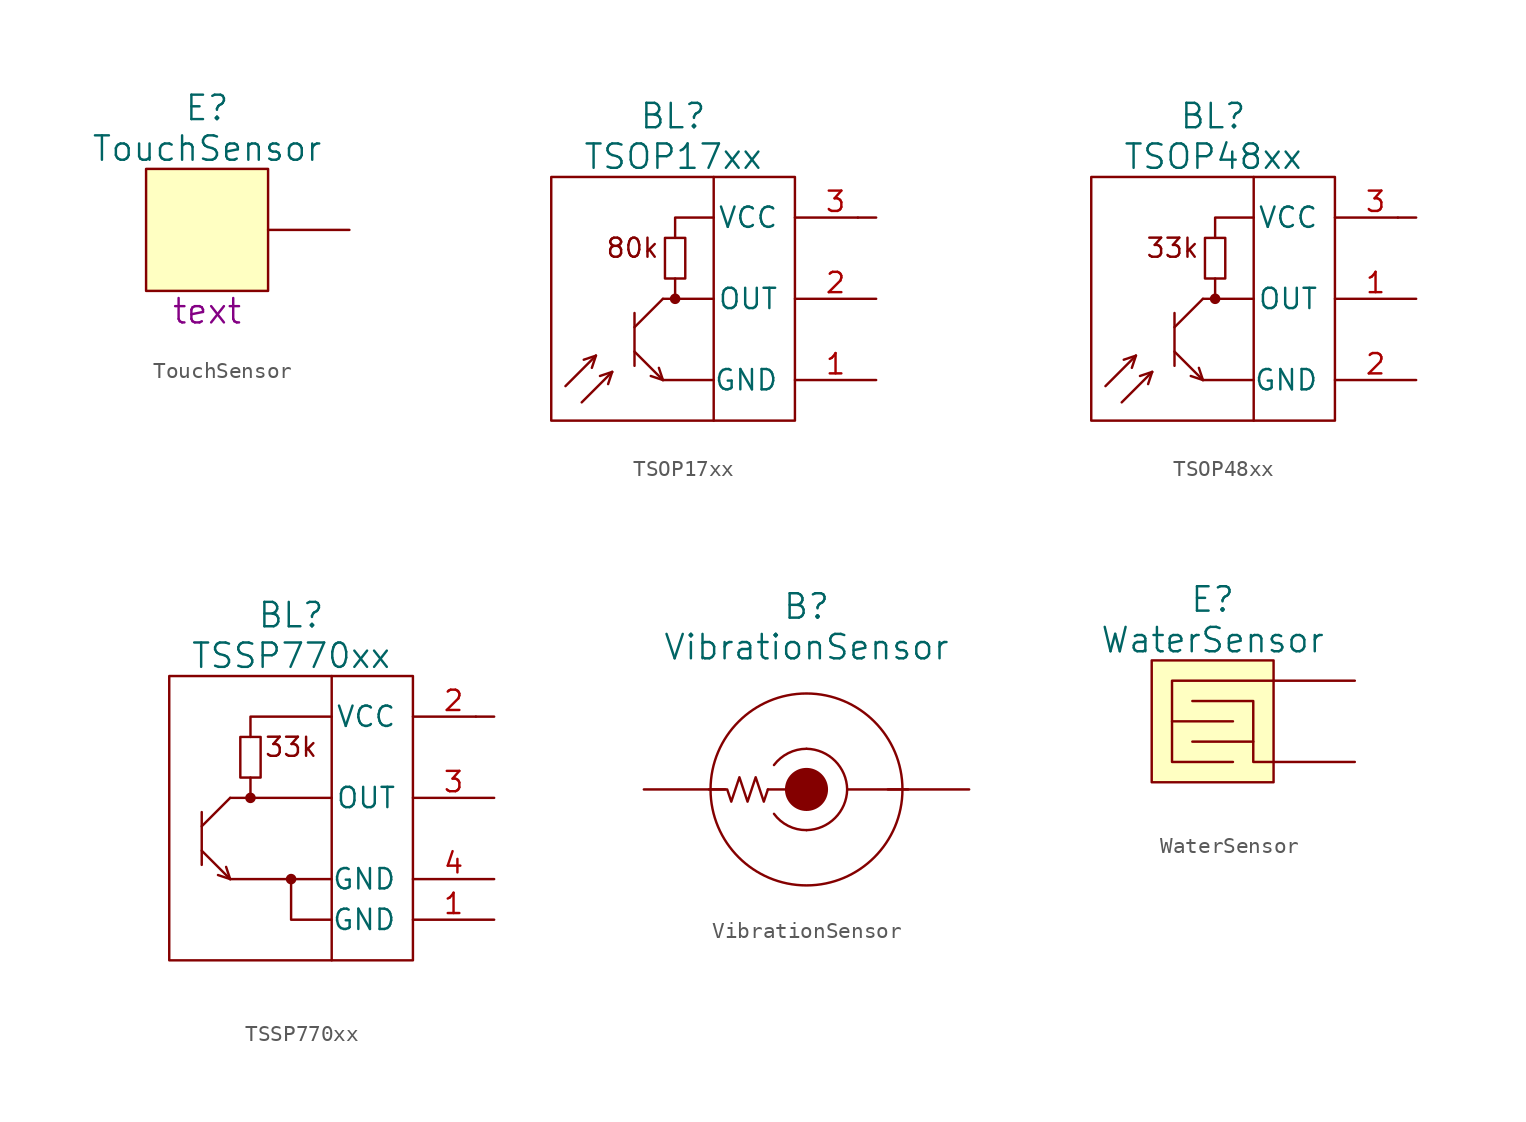
<source format=kicad_sym>
(kicad_symbol_lib
  (version 20220914)
  (generator kicad_symbol_editor)
  (symbol "TouchSensor"
    (pin_numbers hide)
    (pin_names
      (offset 1.016) hide)
    (property "Reference" "E"
      (at 0 7.62 0)
      (effects (font (size 1.524 1.524))))
    (property "Value" "TouchSensor"
      (at 0 5.08 0)
      (effects (font (size 1.524 1.524))))
    (property "Footprint" ""
      (at 0 -5.08 0)
      (effects (font (size 1.524 1.524))))
    (property "Datasheet" ""
      (at 0 -5.08 0)
      (effects (font (size 1.524 1.524))))
    (property "Comment" "text"
      (at 0 -5.08 0)
      (effects (font (size 1.524 1.524))))
    (symbol "TouchSensor_0_1"
      (rectangle (start -3.81 -3.81) (end 3.81 3.81) (stroke (width 0) (type solid)) (fill (type background))))
    (symbol "TouchSensor_1_1"
      (pin output line (at 8.89 0 180) (length 5.08) (name "out" (effects (font (size 1.524 1.524)))) (number "1" (effects (font (size 1.524 1.524)))))))
  (symbol "TSOP17xx"
    (pin_names
      (offset 1.016))
    (property "Reference" "BL"
      (at 0 11.43 0)
      (effects (font (size 1.524 1.524))))
    (property "Value" "TSOP17xx"
      (at 0 8.89 0)
      (effects (font (size 1.524 1.524))))
    (property "Datasheet" ""
      (at -11.43 5.08 0)
      (effects (font (size 1.524 1.524))))
    (symbol "TSOP17xx_0_0"
      (polyline (pts (xy -4.826 -3.556) (xy -6.731 -5.461)) (stroke (width 0) (type solid)) (fill (type none)))
      (polyline (pts (xy -4.826 -3.556) (xy -5.588 -3.81)) (stroke (width 0) (type solid)) (fill (type none)))
      (polyline (pts (xy -4.826 -3.556) (xy -5.08 -4.318)) (stroke (width 0) (type solid)) (fill (type none)))
      (polyline (pts (xy -3.81 -4.572) (xy -5.715 -6.477)) (stroke (width 0) (type solid)) (fill (type none)))
      (polyline (pts (xy -3.81 -4.572) (xy -4.572 -4.826)) (stroke (width 0) (type solid)) (fill (type none)))
      (polyline (pts (xy -3.81 -4.572) (xy -4.064 -5.334)) (stroke (width 0) (type solid)) (fill (type none)))
      (polyline (pts (xy 0.127 0) (xy 0.127 1.27)) (stroke (width 0) (type solid)) (fill (type none)))
      (polyline (pts (xy 2.54 7.62) (xy 2.54 -7.62)) (stroke (width 0) (type solid)) (fill (type none)))
      (polyline (pts (xy 2.54 5.08) (xy 0.127 5.08) (xy 0.127 3.81)) (stroke (width 0) (type solid)) (fill (type none)))
      (polyline (pts (xy 0.762 1.27) (xy -0.508 1.27) (xy -0.508 3.81) (xy 0.762 3.81) (xy 0.762 1.27)) (stroke (width 0) (type solid)) (fill (type none)))
      (text "80k" (at -2.54 3.175 0) (effects (font (size 1.194 1.194)))))
    (symbol "TSOP17xx_0_1"
      (rectangle (start -7.62 7.62) (end 7.62 -7.62) (stroke (width 0) (type solid)) (fill (type none)))
      (polyline (pts (xy -2.413 -4.191) (xy -2.413 -0.889)) (stroke (width 0) (type solid)) (fill (type none)))
      (polyline (pts (xy -2.413 -3.302) (xy -0.635 -5.08)) (stroke (width 0) (type solid)) (fill (type none)))
      (polyline (pts (xy -2.413 -1.778) (xy -0.635 0)) (stroke (width 0) (type solid)) (fill (type none)))
      (polyline (pts (xy -0.635 -5.08) (xy -1.397 -4.826)) (stroke (width 0) (type solid)) (fill (type none)))
      (polyline (pts (xy -0.635 -5.08) (xy -0.889 -4.318)) (stroke (width 0) (type solid)) (fill (type none)))
      (polyline (pts (xy 2.54 -5.08) (xy -0.635 -5.08)) (stroke (width 0) (type solid)) (fill (type none)))
      (polyline (pts (xy 2.54 0) (xy -0.635 0)) (stroke (width 0) (type solid)) (fill (type none)))
      (polyline (pts (xy 11.557 5.08) (xy 11.557 5.08)) (stroke (width 0) (type solid)) (fill (type none)))
      (circle (center 0.127 0) (radius 0.254) (stroke (width 0) (type solid)) (fill (type outline))))
    (symbol "TSOP17xx_1_1"
      (pin power_in line (at 12.7 -5.08 180) (length 5.08) (name "GND" (effects (font (size 1.27 1.27)))) (number "1" (effects (font (size 1.27 1.27)))))
      (pin output line (at 12.7 0 180) (length 5.08) (name "OUT" (effects (font (size 1.27 1.27)))) (number "2" (effects (font (size 1.27 1.27)))))
      (pin power_in line (at 12.7 5.08 180) (length 5.08) (name "VCC" (effects (font (size 1.27 1.27)))) (number "3" (effects (font (size 1.27 1.27)))))))
  (symbol "TSOP48xx"
    (pin_names
      (offset 1.016))
    (property "Reference" "BL"
      (at 0 11.43 0)
      (effects (font (size 1.524 1.524))))
    (property "Value" "TSOP48xx"
      (at 0 8.89 0)
      (effects (font (size 1.524 1.524))))
    (property "Datasheet" ""
      (at -11.43 5.08 0)
      (effects (font (size 1.524 1.524))))
    (symbol "TSOP48xx_0_0"
      (polyline (pts (xy -4.826 -3.556) (xy -6.731 -5.461)) (stroke (width 0) (type solid)) (fill (type none)))
      (polyline (pts (xy -4.826 -3.556) (xy -5.588 -3.81)) (stroke (width 0) (type solid)) (fill (type none)))
      (polyline (pts (xy -4.826 -3.556) (xy -5.08 -4.318)) (stroke (width 0) (type solid)) (fill (type none)))
      (polyline (pts (xy -3.81 -4.572) (xy -5.715 -6.477)) (stroke (width 0) (type solid)) (fill (type none)))
      (polyline (pts (xy -3.81 -4.572) (xy -4.572 -4.826)) (stroke (width 0) (type solid)) (fill (type none)))
      (polyline (pts (xy -3.81 -4.572) (xy -4.064 -5.334)) (stroke (width 0) (type solid)) (fill (type none)))
      (polyline (pts (xy 0.127 0) (xy 0.127 1.27)) (stroke (width 0) (type solid)) (fill (type none)))
      (polyline (pts (xy 2.54 7.62) (xy 2.54 -7.62)) (stroke (width 0) (type solid)) (fill (type none)))
      (polyline (pts (xy 2.54 5.08) (xy 0.127 5.08) (xy 0.127 3.81)) (stroke (width 0) (type solid)) (fill (type none)))
      (polyline (pts (xy 0.762 1.27) (xy -0.508 1.27) (xy -0.508 3.81) (xy 0.762 3.81) (xy 0.762 1.27)) (stroke (width 0) (type solid)) (fill (type none))))
    (symbol "TSOP48xx_0_1"
      (rectangle (start -7.62 7.62) (end 7.62 -7.62) (stroke (width 0) (type solid)) (fill (type none)))
      (polyline (pts (xy -2.413 -4.191) (xy -2.413 -0.889)) (stroke (width 0) (type solid)) (fill (type none)))
      (polyline (pts (xy -2.413 -3.302) (xy -0.635 -5.08)) (stroke (width 0) (type solid)) (fill (type none)))
      (polyline (pts (xy -2.413 -1.778) (xy -0.635 0)) (stroke (width 0) (type solid)) (fill (type none)))
      (polyline (pts (xy -0.635 -5.08) (xy -1.397 -4.826)) (stroke (width 0) (type solid)) (fill (type none)))
      (polyline (pts (xy -0.635 -5.08) (xy -0.889 -4.318)) (stroke (width 0) (type solid)) (fill (type none)))
      (polyline (pts (xy 2.54 -5.08) (xy -0.635 -5.08)) (stroke (width 0) (type solid)) (fill (type none)))
      (polyline (pts (xy 2.54 0) (xy -0.635 0)) (stroke (width 0) (type solid)) (fill (type none)))
      (polyline (pts (xy 11.557 5.08) (xy 11.557 5.08)) (stroke (width 0) (type solid)) (fill (type none)))
      (circle (center 0.127 0) (radius 0.254) (stroke (width 0) (type solid)) (fill (type outline))))
    (symbol "TSOP48xx_1_0"
      (text "33k" (at -2.54 3.175 0) (effects (font (size 1.194 1.194)))))
    (symbol "TSOP48xx_1_1"
      (pin output line (at 12.7 0 180) (length 5.08) (name "OUT" (effects (font (size 1.27 1.27)))) (number "1" (effects (font (size 1.27 1.27)))))
      (pin power_in line (at 12.7 -5.08 180) (length 5.08) (name "GND" (effects (font (size 1.27 1.27)))) (number "2" (effects (font (size 1.27 1.27)))))
      (pin power_in line (at 12.7 5.08 180) (length 5.08) (name "VCC" (effects (font (size 1.27 1.27)))) (number "3" (effects (font (size 1.27 1.27)))))))
  (symbol "TSSP770xx"
    (pin_names
      (offset 1.016))
    (property "Reference" "BL"
      (at 0 12.7 0)
      (effects (font (size 1.524 1.524))))
    (property "Value" "TSSP770xx"
      (at 0 10.16 0)
      (effects (font (size 1.524 1.524))))
    (property "Footprint" ""
      (at 0.635 -9.779 0)
      (effects (font (size 1.524 1.524))))
    (property "Datasheet" ""
      (at -11.43 6.35 0)
      (effects (font (size 1.524 1.524))))
    (symbol "TSSP770xx_0_0"
      (polyline (pts (xy -2.54 1.27) (xy -2.54 2.54)) (stroke (width 0) (type solid)) (fill (type none)))
      (polyline (pts (xy 2.54 8.89) (xy 2.54 -8.89)) (stroke (width 0) (type solid)) (fill (type none)))
      (polyline (pts (xy 2.54 -6.35) (xy 0 -6.35) (xy 0 -3.81)) (stroke (width 0) (type solid)) (fill (type none)))
      (polyline (pts (xy 2.54 6.35) (xy -2.54 6.35) (xy -2.54 5.08)) (stroke (width 0) (type solid)) (fill (type none)))
      (polyline (pts (xy -1.905 2.54) (xy -3.175 2.54) (xy -3.175 5.08) (xy -1.905 5.08) (xy -1.905 2.54)) (stroke (width 0) (type solid)) (fill (type none)))
      (text "33k" (at 0 4.445 0) (effects (font (size 1.194 1.194)))))
    (symbol "TSSP770xx_0_1"
      (rectangle (start -7.62 8.89) (end 7.62 -8.89) (stroke (width 0) (type solid)) (fill (type none)))
      (circle (center -2.54 1.27) (radius 0.254) (stroke (width 0) (type solid)) (fill (type outline)))
      (circle (center 0 -3.81) (radius 0.254) (stroke (width 0) (type solid)) (fill (type outline)))
      (polyline (pts (xy -5.588 -2.921) (xy -5.588 0.381)) (stroke (width 0) (type solid)) (fill (type none)))
      (polyline (pts (xy -5.588 -2.032) (xy -3.81 -3.81)) (stroke (width 0) (type solid)) (fill (type none)))
      (polyline (pts (xy -5.588 -0.508) (xy -3.81 1.27)) (stroke (width 0) (type solid)) (fill (type none)))
      (polyline (pts (xy -3.81 -3.81) (xy -4.572 -3.556)) (stroke (width 0) (type solid)) (fill (type none)))
      (polyline (pts (xy -3.81 -3.81) (xy -4.064 -3.048)) (stroke (width 0) (type solid)) (fill (type none)))
      (polyline (pts (xy 2.54 -3.81) (xy -3.81 -3.81)) (stroke (width 0) (type solid)) (fill (type none)))
      (polyline (pts (xy 2.54 1.27) (xy -3.81 1.27)) (stroke (width 0) (type solid)) (fill (type none)))
      (polyline (pts (xy 11.557 6.35) (xy 11.557 6.35)) (stroke (width 0) (type solid)) (fill (type none))))
    (symbol "TSSP770xx_1_1"
      (pin power_in line (at 12.7 -6.35 180) (length 5.08) (name "GND" (effects (font (size 1.27 1.27)))) (number "1" (effects (font (size 1.27 1.27)))))
      (pin power_in line (at 12.7 6.35 180) (length 5.08) (name "VCC" (effects (font (size 1.27 1.27)))) (number "2" (effects (font (size 1.27 1.27)))))
      (pin output line (at 12.7 1.27 180) (length 5.08) (name "OUT" (effects (font (size 1.27 1.27)))) (number "3" (effects (font (size 1.27 1.27)))))
      (pin power_in line (at 12.7 -3.81 180) (length 5.08) (name "GND" (effects (font (size 1.27 1.27)))) (number "4" (effects (font (size 1.27 1.27)))))))
  (symbol "VibrationSensor"
    (pin_numbers hide)
    (pin_names
      (offset 1.016) hide)
    (property "Reference" "B"
      (at 0 11.43 0)
      (effects (font (size 1.524 1.524))))
    (property "Value" "VibrationSensor"
      (at 0 8.89 0)
      (effects (font (size 1.524 1.524))))
    (property "Footprint" ""
      (at -10.16 0 0)
      (effects (font (size 1.524 1.524))))
    (property "Datasheet" ""
      (at -10.16 0 0)
      (effects (font (size 1.524 1.524))))
    (symbol "VibrationSensor_0_0"
      (circle (center 0 0) (radius 5.994) (stroke (width 0) (type solid)) (fill (type none))))
    (symbol "VibrationSensor_0_1"
      (arc (start -2.032 -1.524) (mid -1.1382 -2.2791) (end 0 -2.54) (stroke (width 0) (type solid)) (fill (type none)))
      (arc (start 0 -2.54) (mid 1.7797 -1.7871) (end 2.54 0) (stroke (width 0) (type solid)) (fill (type none)))
      (polyline (pts (xy -2.413 0) (xy -0.635 0)) (stroke (width 0) (type solid)) (fill (type none)))
      (polyline (pts (xy 6.35 0) (xy 2.54 0)) (stroke (width 0) (type solid)) (fill (type none)))
      (polyline (pts (xy -2.413 0) (xy -2.667 -0.762) (xy -3.175 0.762) (xy -3.683 -0.762) (xy -4.191 0.762) (xy -4.699 -0.762) (xy -4.953 0) (xy -6.096 0)) (stroke (width 0) (type solid)) (fill (type none)))
      (circle (center 0 0) (radius 1.27) (stroke (width 0) (type solid)) (fill (type outline)))
      (arc (start 0 2.54) (mid -1.1336 2.27) (end -2.032 1.524) (stroke (width 0) (type solid)) (fill (type none)))
      (arc (start 2.54 0) (mid 1.7871 1.7797) (end 0 2.54) (stroke (width 0) (type solid)) (fill (type none))))
    (symbol "VibrationSensor_1_1"
      (pin passive line (at -10.16 0 0) (length 5.08) (name "1" (effects (font (size 1.27 1.27)))) (number "1" (effects (font (size 1.27 1.27)))))
      (pin passive line (at 10.16 0 180) (length 5.08) (name "2" (effects (font (size 1.27 1.27)))) (number "2" (effects (font (size 1.27 1.27)))))))
  (symbol "WaterSensor"
    (pin_numbers hide)
    (pin_names
      (offset 1.016) hide)
    (property "Reference" "E"
      (at 0 7.62 0)
      (effects (font (size 1.524 1.524))))
    (property "Value" "WaterSensor"
      (at 0 5.08 0)
      (effects (font (size 1.524 1.524))))
    (property "Footprint" ""
      (at 0 -5.08 0)
      (effects (font (size 1.524 1.524))))
    (property "Datasheet" ""
      (at 0 -5.08 0)
      (effects (font (size 1.524 1.524))))
    (symbol "WaterSensor_0_1"
      (rectangle (start -3.81 -3.81) (end 3.81 3.81) (stroke (width 0) (type solid)) (fill (type background)))
      (polyline (pts (xy -2.54 0) (xy 1.27 0)) (stroke (width 0) (type solid)) (fill (type none)))
      (polyline (pts (xy -1.27 -1.27) (xy 2.54 -1.27)) (stroke (width 0) (type solid)) (fill (type none)))
      (polyline (pts (xy 1.27 -2.54) (xy -2.54 -2.54) (xy -2.54 2.54) (xy 3.81 2.54)) (stroke (width 0) (type solid)) (fill (type none)))
      (polyline (pts (xy 3.81 -2.54) (xy 2.54 -2.54) (xy 2.54 1.27) (xy -1.27 1.27)) (stroke (width 0) (type solid)) (fill (type none))))
    (symbol "WaterSensor_1_1"
      (pin passive line (at 8.89 2.54 180) (length 5.08) (name "1" (effects (font (size 1.524 1.524)))) (number "1" (effects (font (size 1.524 1.524)))))
      (pin passive line (at 8.89 -2.54 180) (length 5.08) (name "2" (effects (font (size 1.524 1.524)))) (number "2" (effects (font (size 1.524 1.524))))))))
</source>
